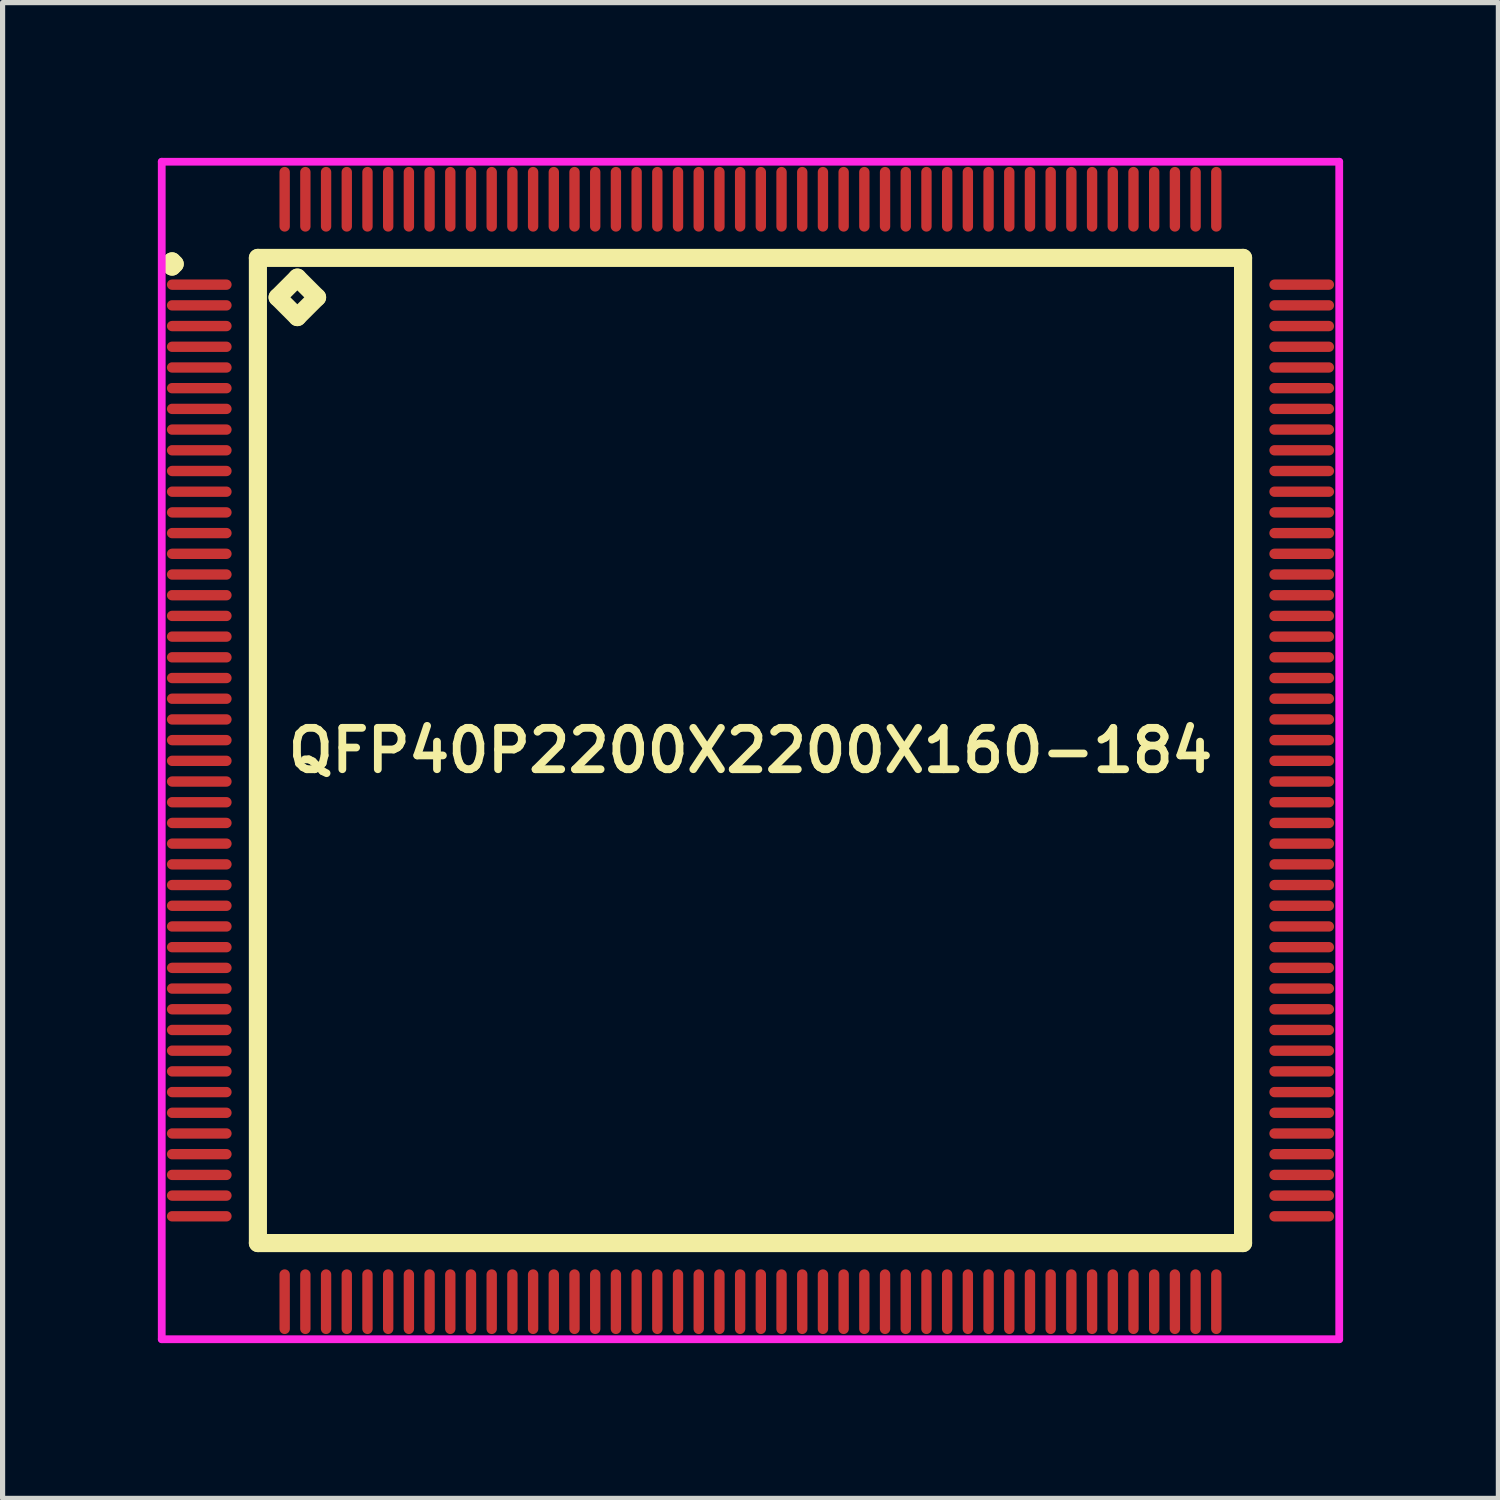
<source format=kicad_pcb>
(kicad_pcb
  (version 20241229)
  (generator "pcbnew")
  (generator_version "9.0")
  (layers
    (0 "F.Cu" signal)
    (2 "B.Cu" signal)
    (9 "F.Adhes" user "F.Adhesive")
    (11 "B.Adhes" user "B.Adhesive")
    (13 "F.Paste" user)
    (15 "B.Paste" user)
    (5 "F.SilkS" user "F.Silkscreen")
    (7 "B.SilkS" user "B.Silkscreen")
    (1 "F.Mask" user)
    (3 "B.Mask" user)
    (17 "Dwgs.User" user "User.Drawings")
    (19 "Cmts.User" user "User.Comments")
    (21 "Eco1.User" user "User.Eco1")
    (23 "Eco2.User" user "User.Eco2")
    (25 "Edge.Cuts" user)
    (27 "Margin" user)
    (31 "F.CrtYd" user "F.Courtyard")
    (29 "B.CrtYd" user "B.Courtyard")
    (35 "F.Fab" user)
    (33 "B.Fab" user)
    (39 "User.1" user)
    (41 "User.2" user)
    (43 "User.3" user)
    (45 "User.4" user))
  (footprint "QFP40P2200X2200X160-184"
    (layer "F.Cu")
    (at 11.45 11.45)
    (property "Reference" "QFP40P2200X2200X160-184" (at 0 0 0) (layer "F.SilkS") (effects (font (size 0.8 0.8) (thickness 0.15))))
    (attr smd)
    (fp_line (start -11.225 -9.4) (end -11.175 -9.45) (stroke (width 0.35) (type solid)) (layer "F.SilkS"))
    (fp_line (start -11.175 -9.45) (end -11.125 -9.4) (stroke (width 0.35) (type solid)) (layer "F.SilkS"))
    (fp_line (start -11.175 -9.35) (end -11.225 -9.4) (stroke (width 0.35) (type solid)) (layer "F.SilkS"))
    (fp_line (start -11.125 -9.4) (end -11.175 -9.35) (stroke (width 0.35) (type solid)) (layer "F.SilkS"))
    (fp_line (start -9.517 -9.517) (end -9.517 9.517) (stroke (width 0.35) (type solid)) (layer "F.SilkS"))
    (fp_line (start -9.517 9.517) (end 9.517 9.517) (stroke (width 0.35) (type solid)) (layer "F.SilkS"))
    (fp_line (start -9.136 -8.755) (end -8.755 -9.136) (stroke (width 0.35) (type solid)) (layer "F.SilkS"))
    (fp_line (start -8.755 -9.136) (end -8.374 -8.755) (stroke (width 0.35) (type solid)) (layer "F.SilkS"))
    (fp_line (start -8.755 -8.374) (end -9.136 -8.755) (stroke (width 0.35) (type solid)) (layer "F.SilkS"))
    (fp_line (start -8.374 -8.755) (end -8.755 -8.374) (stroke (width 0.35) (type solid)) (layer "F.SilkS"))
    (fp_line (start 9.517 -9.517) (end -9.517 -9.517) (stroke (width 0.35) (type solid)) (layer "F.SilkS"))
    (fp_line (start 9.517 9.517) (end 9.517 -9.517) (stroke (width 0.35) (type solid)) (layer "F.SilkS"))
    (fp_line (start -11.375 -11.375) (end 11.375 -11.375) (stroke (width 0.15) (type solid)) (layer "F.CrtYd"))
    (fp_line (start -11.375 11.375) (end -11.375 -11.375) (stroke (width 0.15) (type solid)) (layer "F.CrtYd"))
    (fp_line (start 11.375 -11.375) (end 11.375 11.375) (stroke (width 0.15) (type solid)) (layer "F.CrtYd"))
    (fp_line (start 11.375 11.375) (end -11.375 11.375) (stroke (width 0.15) (type solid)) (layer "F.CrtYd"))
    (pad "1" smd oval (at -10.65 -9) (size 1.25 0.2) (layers "F.Cu" "F.Mask" "F.Paste"))
    (pad "2" smd oval (at -10.65 -8.6) (size 1.25 0.2) (layers "F.Cu" "F.Mask" "F.Paste"))
    (pad "3" smd oval (at -10.65 -8.2) (size 1.25 0.2) (layers "F.Cu" "F.Mask" "F.Paste"))
    (pad "4" smd oval (at -10.65 -7.8) (size 1.25 0.2) (layers "F.Cu" "F.Mask" "F.Paste"))
    (pad "5" smd oval (at -10.65 -7.4) (size 1.25 0.2) (layers "F.Cu" "F.Mask" "F.Paste"))
    (pad "6" smd oval (at -10.65 -7) (size 1.25 0.2) (layers "F.Cu" "F.Mask" "F.Paste"))
    (pad "7" smd oval (at -10.65 -6.6) (size 1.25 0.2) (layers "F.Cu" "F.Mask" "F.Paste"))
    (pad "8" smd oval (at -10.65 -6.2) (size 1.25 0.2) (layers "F.Cu" "F.Mask" "F.Paste"))
    (pad "9" smd oval (at -10.65 -5.8) (size 1.25 0.2) (layers "F.Cu" "F.Mask" "F.Paste"))
    (pad "10" smd oval (at -10.65 -5.4) (size 1.25 0.2) (layers "F.Cu" "F.Mask" "F.Paste"))
    (pad "11" smd oval (at -10.65 -5) (size 1.25 0.2) (layers "F.Cu" "F.Mask" "F.Paste"))
    (pad "12" smd oval (at -10.65 -4.6) (size 1.25 0.2) (layers "F.Cu" "F.Mask" "F.Paste"))
    (pad "13" smd oval (at -10.65 -4.2) (size 1.25 0.2) (layers "F.Cu" "F.Mask" "F.Paste"))
    (pad "14" smd oval (at -10.65 -3.8) (size 1.25 0.2) (layers "F.Cu" "F.Mask" "F.Paste"))
    (pad "15" smd oval (at -10.65 -3.4) (size 1.25 0.2) (layers "F.Cu" "F.Mask" "F.Paste"))
    (pad "16" smd oval (at -10.65 -3) (size 1.25 0.2) (layers "F.Cu" "F.Mask" "F.Paste"))
    (pad "17" smd oval (at -10.65 -2.6) (size 1.25 0.2) (layers "F.Cu" "F.Mask" "F.Paste"))
    (pad "18" smd oval (at -10.65 -2.2) (size 1.25 0.2) (layers "F.Cu" "F.Mask" "F.Paste"))
    (pad "19" smd oval (at -10.65 -1.8) (size 1.25 0.2) (layers "F.Cu" "F.Mask" "F.Paste"))
    (pad "20" smd oval (at -10.65 -1.4) (size 1.25 0.2) (layers "F.Cu" "F.Mask" "F.Paste"))
    (pad "21" smd oval (at -10.65 -1) (size 1.25 0.2) (layers "F.Cu" "F.Mask" "F.Paste"))
    (pad "22" smd oval (at -10.65 -0.6) (size 1.25 0.2) (layers "F.Cu" "F.Mask" "F.Paste"))
    (pad "23" smd oval (at -10.65 -0.2) (size 1.25 0.2) (layers "F.Cu" "F.Mask" "F.Paste"))
    (pad "24" smd oval (at -10.65 0.2) (size 1.25 0.2) (layers "F.Cu" "F.Mask" "F.Paste"))
    (pad "25" smd oval (at -10.65 0.6) (size 1.25 0.2) (layers "F.Cu" "F.Mask" "F.Paste"))
    (pad "26" smd oval (at -10.65 1) (size 1.25 0.2) (layers "F.Cu" "F.Mask" "F.Paste"))
    (pad "27" smd oval (at -10.65 1.4) (size 1.25 0.2) (layers "F.Cu" "F.Mask" "F.Paste"))
    (pad "28" smd oval (at -10.65 1.8) (size 1.25 0.2) (layers "F.Cu" "F.Mask" "F.Paste"))
    (pad "29" smd oval (at -10.65 2.2) (size 1.25 0.2) (layers "F.Cu" "F.Mask" "F.Paste"))
    (pad "30" smd oval (at -10.65 2.6) (size 1.25 0.2) (layers "F.Cu" "F.Mask" "F.Paste"))
    (pad "31" smd oval (at -10.65 3) (size 1.25 0.2) (layers "F.Cu" "F.Mask" "F.Paste"))
    (pad "32" smd oval (at -10.65 3.4) (size 1.25 0.2) (layers "F.Cu" "F.Mask" "F.Paste"))
    (pad "33" smd oval (at -10.65 3.8) (size 1.25 0.2) (layers "F.Cu" "F.Mask" "F.Paste"))
    (pad "34" smd oval (at -10.65 4.2) (size 1.25 0.2) (layers "F.Cu" "F.Mask" "F.Paste"))
    (pad "35" smd oval (at -10.65 4.6) (size 1.25 0.2) (layers "F.Cu" "F.Mask" "F.Paste"))
    (pad "36" smd oval (at -10.65 5) (size 1.25 0.2) (layers "F.Cu" "F.Mask" "F.Paste"))
    (pad "37" smd oval (at -10.65 5.4) (size 1.25 0.2) (layers "F.Cu" "F.Mask" "F.Paste"))
    (pad "38" smd oval (at -10.65 5.8) (size 1.25 0.2) (layers "F.Cu" "F.Mask" "F.Paste"))
    (pad "39" smd oval (at -10.65 6.2) (size 1.25 0.2) (layers "F.Cu" "F.Mask" "F.Paste"))
    (pad "40" smd oval (at -10.65 6.6) (size 1.25 0.2) (layers "F.Cu" "F.Mask" "F.Paste"))
    (pad "41" smd oval (at -10.65 7) (size 1.25 0.2) (layers "F.Cu" "F.Mask" "F.Paste"))
    (pad "42" smd oval (at -10.65 7.4) (size 1.25 0.2) (layers "F.Cu" "F.Mask" "F.Paste"))
    (pad "43" smd oval (at -10.65 7.8) (size 1.25 0.2) (layers "F.Cu" "F.Mask" "F.Paste"))
    (pad "44" smd oval (at -10.65 8.2) (size 1.25 0.2) (layers "F.Cu" "F.Mask" "F.Paste"))
    (pad "45" smd oval (at -10.65 8.6) (size 1.25 0.2) (layers "F.Cu" "F.Mask" "F.Paste"))
    (pad "46" smd oval (at -10.65 9) (size 1.25 0.2) (layers "F.Cu" "F.Mask" "F.Paste"))
    (pad "47" smd oval (at -9 10.65) (size 0.2 1.25) (layers "F.Cu" "F.Mask" "F.Paste"))
    (pad "48" smd oval (at -8.6 10.65) (size 0.2 1.25) (layers "F.Cu" "F.Mask" "F.Paste"))
    (pad "49" smd oval (at -8.2 10.65) (size 0.2 1.25) (layers "F.Cu" "F.Mask" "F.Paste"))
    (pad "50" smd oval (at -7.8 10.65) (size 0.2 1.25) (layers "F.Cu" "F.Mask" "F.Paste"))
    (pad "51" smd oval (at -7.4 10.65) (size 0.2 1.25) (layers "F.Cu" "F.Mask" "F.Paste"))
    (pad "52" smd oval (at -7 10.65) (size 0.2 1.25) (layers "F.Cu" "F.Mask" "F.Paste"))
    (pad "53" smd oval (at -6.6 10.65) (size 0.2 1.25) (layers "F.Cu" "F.Mask" "F.Paste"))
    (pad "54" smd oval (at -6.2 10.65) (size 0.2 1.25) (layers "F.Cu" "F.Mask" "F.Paste"))
    (pad "55" smd oval (at -5.8 10.65) (size 0.2 1.25) (layers "F.Cu" "F.Mask" "F.Paste"))
    (pad "56" smd oval (at -5.4 10.65) (size 0.2 1.25) (layers "F.Cu" "F.Mask" "F.Paste"))
    (pad "57" smd oval (at -5 10.65) (size 0.2 1.25) (layers "F.Cu" "F.Mask" "F.Paste"))
    (pad "58" smd oval (at -4.6 10.65) (size 0.2 1.25) (layers "F.Cu" "F.Mask" "F.Paste"))
    (pad "59" smd oval (at -4.2 10.65) (size 0.2 1.25) (layers "F.Cu" "F.Mask" "F.Paste"))
    (pad "60" smd oval (at -3.8 10.65) (size 0.2 1.25) (layers "F.Cu" "F.Mask" "F.Paste"))
    (pad "61" smd oval (at -3.4 10.65) (size 0.2 1.25) (layers "F.Cu" "F.Mask" "F.Paste"))
    (pad "62" smd oval (at -3 10.65) (size 0.2 1.25) (layers "F.Cu" "F.Mask" "F.Paste"))
    (pad "63" smd oval (at -2.6 10.65) (size 0.2 1.25) (layers "F.Cu" "F.Mask" "F.Paste"))
    (pad "64" smd oval (at -2.2 10.65) (size 0.2 1.25) (layers "F.Cu" "F.Mask" "F.Paste"))
    (pad "65" smd oval (at -1.8 10.65) (size 0.2 1.25) (layers "F.Cu" "F.Mask" "F.Paste"))
    (pad "66" smd oval (at -1.4 10.65) (size 0.2 1.25) (layers "F.Cu" "F.Mask" "F.Paste"))
    (pad "67" smd oval (at -1 10.65) (size 0.2 1.25) (layers "F.Cu" "F.Mask" "F.Paste"))
    (pad "68" smd oval (at -0.6 10.65) (size 0.2 1.25) (layers "F.Cu" "F.Mask" "F.Paste"))
    (pad "69" smd oval (at -0.2 10.65) (size 0.2 1.25) (layers "F.Cu" "F.Mask" "F.Paste"))
    (pad "70" smd oval (at 0.2 10.65) (size 0.2 1.25) (layers "F.Cu" "F.Mask" "F.Paste"))
    (pad "71" smd oval (at 0.6 10.65) (size 0.2 1.25) (layers "F.Cu" "F.Mask" "F.Paste"))
    (pad "72" smd oval (at 1 10.65) (size 0.2 1.25) (layers "F.Cu" "F.Mask" "F.Paste"))
    (pad "73" smd oval (at 1.4 10.65) (size 0.2 1.25) (layers "F.Cu" "F.Mask" "F.Paste"))
    (pad "74" smd oval (at 1.8 10.65) (size 0.2 1.25) (layers "F.Cu" "F.Mask" "F.Paste"))
    (pad "75" smd oval (at 2.2 10.65) (size 0.2 1.25) (layers "F.Cu" "F.Mask" "F.Paste"))
    (pad "76" smd oval (at 2.6 10.65) (size 0.2 1.25) (layers "F.Cu" "F.Mask" "F.Paste"))
    (pad "77" smd oval (at 3 10.65) (size 0.2 1.25) (layers "F.Cu" "F.Mask" "F.Paste"))
    (pad "78" smd oval (at 3.4 10.65) (size 0.2 1.25) (layers "F.Cu" "F.Mask" "F.Paste"))
    (pad "79" smd oval (at 3.8 10.65) (size 0.2 1.25) (layers "F.Cu" "F.Mask" "F.Paste"))
    (pad "80" smd oval (at 4.2 10.65) (size 0.2 1.25) (layers "F.Cu" "F.Mask" "F.Paste"))
    (pad "81" smd oval (at 4.6 10.65) (size 0.2 1.25) (layers "F.Cu" "F.Mask" "F.Paste"))
    (pad "82" smd oval (at 5 10.65) (size 0.2 1.25) (layers "F.Cu" "F.Mask" "F.Paste"))
    (pad "83" smd oval (at 5.4 10.65) (size 0.2 1.25) (layers "F.Cu" "F.Mask" "F.Paste"))
    (pad "84" smd oval (at 5.8 10.65) (size 0.2 1.25) (layers "F.Cu" "F.Mask" "F.Paste"))
    (pad "85" smd oval (at 6.2 10.65) (size 0.2 1.25) (layers "F.Cu" "F.Mask" "F.Paste"))
    (pad "86" smd oval (at 6.6 10.65) (size 0.2 1.25) (layers "F.Cu" "F.Mask" "F.Paste"))
    (pad "87" smd oval (at 7 10.65) (size 0.2 1.25) (layers "F.Cu" "F.Mask" "F.Paste"))
    (pad "88" smd oval (at 7.4 10.65) (size 0.2 1.25) (layers "F.Cu" "F.Mask" "F.Paste"))
    (pad "89" smd oval (at 7.8 10.65) (size 0.2 1.25) (layers "F.Cu" "F.Mask" "F.Paste"))
    (pad "90" smd oval (at 8.2 10.65) (size 0.2 1.25) (layers "F.Cu" "F.Mask" "F.Paste"))
    (pad "91" smd oval (at 8.6 10.65) (size 0.2 1.25) (layers "F.Cu" "F.Mask" "F.Paste"))
    (pad "92" smd oval (at 9 10.65) (size 0.2 1.25) (layers "F.Cu" "F.Mask" "F.Paste"))
    (pad "93" smd oval (at 10.65 9) (size 1.25 0.2) (layers "F.Cu" "F.Mask" "F.Paste"))
    (pad "94" smd oval (at 10.65 8.6) (size 1.25 0.2) (layers "F.Cu" "F.Mask" "F.Paste"))
    (pad "95" smd oval (at 10.65 8.2) (size 1.25 0.2) (layers "F.Cu" "F.Mask" "F.Paste"))
    (pad "96" smd oval (at 10.65 7.8) (size 1.25 0.2) (layers "F.Cu" "F.Mask" "F.Paste"))
    (pad "97" smd oval (at 10.65 7.4) (size 1.25 0.2) (layers "F.Cu" "F.Mask" "F.Paste"))
    (pad "98" smd oval (at 10.65 7) (size 1.25 0.2) (layers "F.Cu" "F.Mask" "F.Paste"))
    (pad "99" smd oval (at 10.65 6.6) (size 1.25 0.2) (layers "F.Cu" "F.Mask" "F.Paste"))
    (pad "100" smd oval (at 10.65 6.2) (size 1.25 0.2) (layers "F.Cu" "F.Mask" "F.Paste"))
    (pad "101" smd oval (at 10.65 5.8) (size 1.25 0.2) (layers "F.Cu" "F.Mask" "F.Paste"))
    (pad "102" smd oval (at 10.65 5.4) (size 1.25 0.2) (layers "F.Cu" "F.Mask" "F.Paste"))
    (pad "103" smd oval (at 10.65 5) (size 1.25 0.2) (layers "F.Cu" "F.Mask" "F.Paste"))
    (pad "104" smd oval (at 10.65 4.6) (size 1.25 0.2) (layers "F.Cu" "F.Mask" "F.Paste"))
    (pad "105" smd oval (at 10.65 4.2) (size 1.25 0.2) (layers "F.Cu" "F.Mask" "F.Paste"))
    (pad "106" smd oval (at 10.65 3.8) (size 1.25 0.2) (layers "F.Cu" "F.Mask" "F.Paste"))
    (pad "107" smd oval (at 10.65 3.4) (size 1.25 0.2) (layers "F.Cu" "F.Mask" "F.Paste"))
    (pad "108" smd oval (at 10.65 3) (size 1.25 0.2) (layers "F.Cu" "F.Mask" "F.Paste"))
    (pad "109" smd oval (at 10.65 2.6) (size 1.25 0.2) (layers "F.Cu" "F.Mask" "F.Paste"))
    (pad "110" smd oval (at 10.65 2.2) (size 1.25 0.2) (layers "F.Cu" "F.Mask" "F.Paste"))
    (pad "111" smd oval (at 10.65 1.8) (size 1.25 0.2) (layers "F.Cu" "F.Mask" "F.Paste"))
    (pad "112" smd oval (at 10.65 1.4) (size 1.25 0.2) (layers "F.Cu" "F.Mask" "F.Paste"))
    (pad "113" smd oval (at 10.65 1) (size 1.25 0.2) (layers "F.Cu" "F.Mask" "F.Paste"))
    (pad "114" smd oval (at 10.65 0.6) (size 1.25 0.2) (layers "F.Cu" "F.Mask" "F.Paste"))
    (pad "115" smd oval (at 10.65 0.2) (size 1.25 0.2) (layers "F.Cu" "F.Mask" "F.Paste"))
    (pad "116" smd oval (at 10.65 -0.2) (size 1.25 0.2) (layers "F.Cu" "F.Mask" "F.Paste"))
    (pad "117" smd oval (at 10.65 -0.6) (size 1.25 0.2) (layers "F.Cu" "F.Mask" "F.Paste"))
    (pad "118" smd oval (at 10.65 -1) (size 1.25 0.2) (layers "F.Cu" "F.Mask" "F.Paste"))
    (pad "119" smd oval (at 10.65 -1.4) (size 1.25 0.2) (layers "F.Cu" "F.Mask" "F.Paste"))
    (pad "120" smd oval (at 10.65 -1.8) (size 1.25 0.2) (layers "F.Cu" "F.Mask" "F.Paste"))
    (pad "121" smd oval (at 10.65 -2.2) (size 1.25 0.2) (layers "F.Cu" "F.Mask" "F.Paste"))
    (pad "122" smd oval (at 10.65 -2.6) (size 1.25 0.2) (layers "F.Cu" "F.Mask" "F.Paste"))
    (pad "123" smd oval (at 10.65 -3) (size 1.25 0.2) (layers "F.Cu" "F.Mask" "F.Paste"))
    (pad "124" smd oval (at 10.65 -3.4) (size 1.25 0.2) (layers "F.Cu" "F.Mask" "F.Paste"))
    (pad "125" smd oval (at 10.65 -3.8) (size 1.25 0.2) (layers "F.Cu" "F.Mask" "F.Paste"))
    (pad "126" smd oval (at 10.65 -4.2) (size 1.25 0.2) (layers "F.Cu" "F.Mask" "F.Paste"))
    (pad "127" smd oval (at 10.65 -4.6) (size 1.25 0.2) (layers "F.Cu" "F.Mask" "F.Paste"))
    (pad "128" smd oval (at 10.65 -5) (size 1.25 0.2) (layers "F.Cu" "F.Mask" "F.Paste"))
    (pad "129" smd oval (at 10.65 -5.4) (size 1.25 0.2) (layers "F.Cu" "F.Mask" "F.Paste"))
    (pad "130" smd oval (at 10.65 -5.8) (size 1.25 0.2) (layers "F.Cu" "F.Mask" "F.Paste"))
    (pad "131" smd oval (at 10.65 -6.2) (size 1.25 0.2) (layers "F.Cu" "F.Mask" "F.Paste"))
    (pad "132" smd oval (at 10.65 -6.6) (size 1.25 0.2) (layers "F.Cu" "F.Mask" "F.Paste"))
    (pad "133" smd oval (at 10.65 -7) (size 1.25 0.2) (layers "F.Cu" "F.Mask" "F.Paste"))
    (pad "134" smd oval (at 10.65 -7.4) (size 1.25 0.2) (layers "F.Cu" "F.Mask" "F.Paste"))
    (pad "135" smd oval (at 10.65 -7.8) (size 1.25 0.2) (layers "F.Cu" "F.Mask" "F.Paste"))
    (pad "136" smd oval (at 10.65 -8.2) (size 1.25 0.2) (layers "F.Cu" "F.Mask" "F.Paste"))
    (pad "137" smd oval (at 10.65 -8.6) (size 1.25 0.2) (layers "F.Cu" "F.Mask" "F.Paste"))
    (pad "138" smd oval (at 10.65 -9) (size 1.25 0.2) (layers "F.Cu" "F.Mask" "F.Paste"))
    (pad "139" smd oval (at 9 -10.65) (size 0.2 1.25) (layers "F.Cu" "F.Mask" "F.Paste"))
    (pad "140" smd oval (at 8.6 -10.65) (size 0.2 1.25) (layers "F.Cu" "F.Mask" "F.Paste"))
    (pad "141" smd oval (at 8.2 -10.65) (size 0.2 1.25) (layers "F.Cu" "F.Mask" "F.Paste"))
    (pad "142" smd oval (at 7.8 -10.65) (size 0.2 1.25) (layers "F.Cu" "F.Mask" "F.Paste"))
    (pad "143" smd oval (at 7.4 -10.65) (size 0.2 1.25) (layers "F.Cu" "F.Mask" "F.Paste"))
    (pad "144" smd oval (at 7 -10.65) (size 0.2 1.25) (layers "F.Cu" "F.Mask" "F.Paste"))
    (pad "145" smd oval (at 6.6 -10.65) (size 0.2 1.25) (layers "F.Cu" "F.Mask" "F.Paste"))
    (pad "146" smd oval (at 6.2 -10.65) (size 0.2 1.25) (layers "F.Cu" "F.Mask" "F.Paste"))
    (pad "147" smd oval (at 5.8 -10.65) (size 0.2 1.25) (layers "F.Cu" "F.Mask" "F.Paste"))
    (pad "148" smd oval (at 5.4 -10.65) (size 0.2 1.25) (layers "F.Cu" "F.Mask" "F.Paste"))
    (pad "149" smd oval (at 5 -10.65) (size 0.2 1.25) (layers "F.Cu" "F.Mask" "F.Paste"))
    (pad "150" smd oval (at 4.6 -10.65) (size 0.2 1.25) (layers "F.Cu" "F.Mask" "F.Paste"))
    (pad "151" smd oval (at 4.2 -10.65) (size 0.2 1.25) (layers "F.Cu" "F.Mask" "F.Paste"))
    (pad "152" smd oval (at 3.8 -10.65) (size 0.2 1.25) (layers "F.Cu" "F.Mask" "F.Paste"))
    (pad "153" smd oval (at 3.4 -10.65) (size 0.2 1.25) (layers "F.Cu" "F.Mask" "F.Paste"))
    (pad "154" smd oval (at 3 -10.65) (size 0.2 1.25) (layers "F.Cu" "F.Mask" "F.Paste"))
    (pad "155" smd oval (at 2.6 -10.65) (size 0.2 1.25) (layers "F.Cu" "F.Mask" "F.Paste"))
    (pad "156" smd oval (at 2.2 -10.65) (size 0.2 1.25) (layers "F.Cu" "F.Mask" "F.Paste"))
    (pad "157" smd oval (at 1.8 -10.65) (size 0.2 1.25) (layers "F.Cu" "F.Mask" "F.Paste"))
    (pad "158" smd oval (at 1.4 -10.65) (size 0.2 1.25) (layers "F.Cu" "F.Mask" "F.Paste"))
    (pad "159" smd oval (at 1 -10.65) (size 0.2 1.25) (layers "F.Cu" "F.Mask" "F.Paste"))
    (pad "160" smd oval (at 0.6 -10.65) (size 0.2 1.25) (layers "F.Cu" "F.Mask" "F.Paste"))
    (pad "161" smd oval (at 0.2 -10.65) (size 0.2 1.25) (layers "F.Cu" "F.Mask" "F.Paste"))
    (pad "162" smd oval (at -0.2 -10.65) (size 0.2 1.25) (layers "F.Cu" "F.Mask" "F.Paste"))
    (pad "163" smd oval (at -0.6 -10.65) (size 0.2 1.25) (layers "F.Cu" "F.Mask" "F.Paste"))
    (pad "164" smd oval (at -1 -10.65) (size 0.2 1.25) (layers "F.Cu" "F.Mask" "F.Paste"))
    (pad "165" smd oval (at -1.4 -10.65) (size 0.2 1.25) (layers "F.Cu" "F.Mask" "F.Paste"))
    (pad "166" smd oval (at -1.8 -10.65) (size 0.2 1.25) (layers "F.Cu" "F.Mask" "F.Paste"))
    (pad "167" smd oval (at -2.2 -10.65) (size 0.2 1.25) (layers "F.Cu" "F.Mask" "F.Paste"))
    (pad "168" smd oval (at -2.6 -10.65) (size 0.2 1.25) (layers "F.Cu" "F.Mask" "F.Paste"))
    (pad "169" smd oval (at -3 -10.65) (size 0.2 1.25) (layers "F.Cu" "F.Mask" "F.Paste"))
    (pad "170" smd oval (at -3.4 -10.65) (size 0.2 1.25) (layers "F.Cu" "F.Mask" "F.Paste"))
    (pad "171" smd oval (at -3.8 -10.65) (size 0.2 1.25) (layers "F.Cu" "F.Mask" "F.Paste"))
    (pad "172" smd oval (at -4.2 -10.65) (size 0.2 1.25) (layers "F.Cu" "F.Mask" "F.Paste"))
    (pad "173" smd oval (at -4.6 -10.65) (size 0.2 1.25) (layers "F.Cu" "F.Mask" "F.Paste"))
    (pad "174" smd oval (at -5 -10.65) (size 0.2 1.25) (layers "F.Cu" "F.Mask" "F.Paste"))
    (pad "175" smd oval (at -5.4 -10.65) (size 0.2 1.25) (layers "F.Cu" "F.Mask" "F.Paste"))
    (pad "176" smd oval (at -5.8 -10.65) (size 0.2 1.25) (layers "F.Cu" "F.Mask" "F.Paste"))
    (pad "177" smd oval (at -6.2 -10.65) (size 0.2 1.25) (layers "F.Cu" "F.Mask" "F.Paste"))
    (pad "178" smd oval (at -6.6 -10.65) (size 0.2 1.25) (layers "F.Cu" "F.Mask" "F.Paste"))
    (pad "179" smd oval (at -7 -10.65) (size 0.2 1.25) (layers "F.Cu" "F.Mask" "F.Paste"))
    (pad "180" smd oval (at -7.4 -10.65) (size 0.2 1.25) (layers "F.Cu" "F.Mask" "F.Paste"))
    (pad "181" smd oval (at -7.8 -10.65) (size 0.2 1.25) (layers "F.Cu" "F.Mask" "F.Paste"))
    (pad "182" smd oval (at -8.2 -10.65) (size 0.2 1.25) (layers "F.Cu" "F.Mask" "F.Paste"))
    (pad "183" smd oval (at -8.6 -10.65) (size 0.2 1.25) (layers "F.Cu" "F.Mask" "F.Paste"))
    (pad "184" smd oval (at -9 -10.65) (size 0.2 1.25) (layers "F.Cu" "F.Mask" "F.Paste")))
  (gr_rect
    (start -3 -3)
    (end 25.9 25.9)
    (stroke (width 0.1) (type default))
    (fill no)
    (layer "Edge.Cuts")))
</source>
